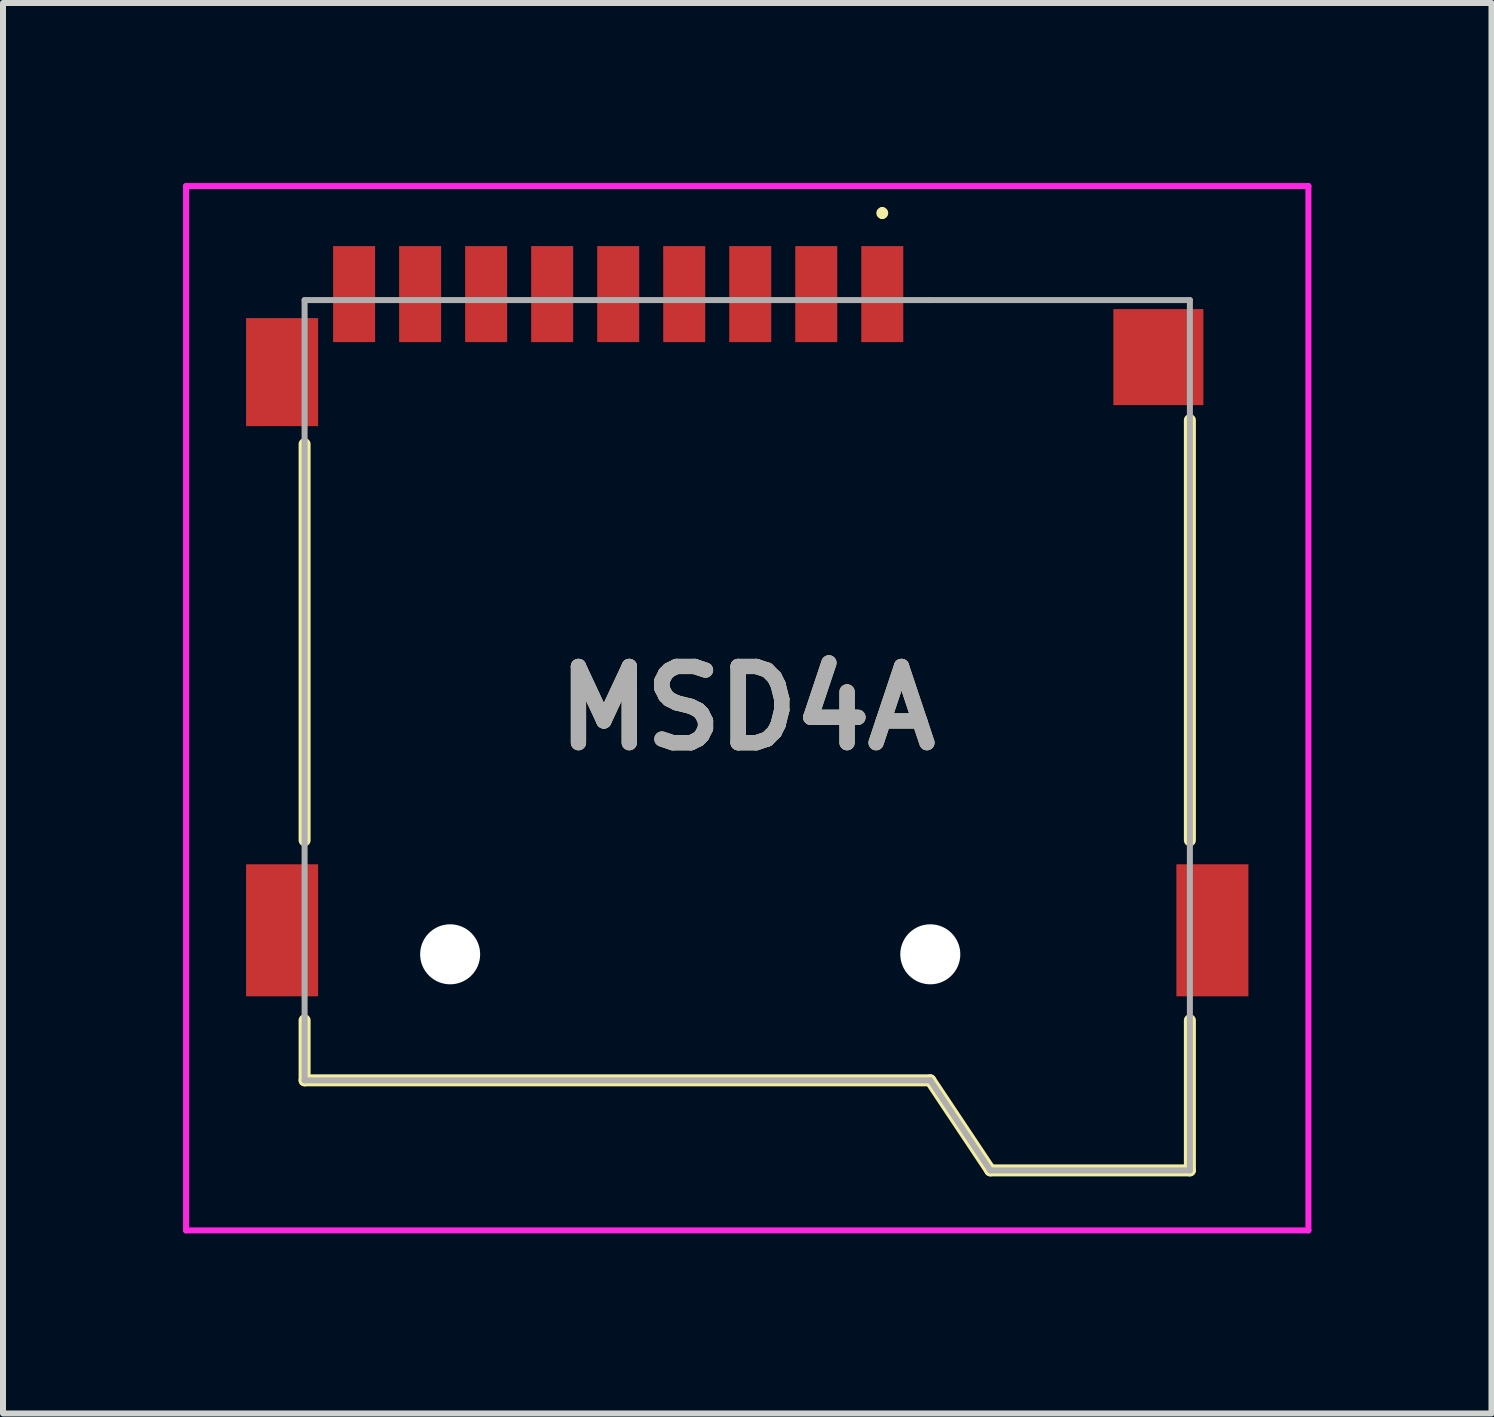
<source format=kicad_pcb>
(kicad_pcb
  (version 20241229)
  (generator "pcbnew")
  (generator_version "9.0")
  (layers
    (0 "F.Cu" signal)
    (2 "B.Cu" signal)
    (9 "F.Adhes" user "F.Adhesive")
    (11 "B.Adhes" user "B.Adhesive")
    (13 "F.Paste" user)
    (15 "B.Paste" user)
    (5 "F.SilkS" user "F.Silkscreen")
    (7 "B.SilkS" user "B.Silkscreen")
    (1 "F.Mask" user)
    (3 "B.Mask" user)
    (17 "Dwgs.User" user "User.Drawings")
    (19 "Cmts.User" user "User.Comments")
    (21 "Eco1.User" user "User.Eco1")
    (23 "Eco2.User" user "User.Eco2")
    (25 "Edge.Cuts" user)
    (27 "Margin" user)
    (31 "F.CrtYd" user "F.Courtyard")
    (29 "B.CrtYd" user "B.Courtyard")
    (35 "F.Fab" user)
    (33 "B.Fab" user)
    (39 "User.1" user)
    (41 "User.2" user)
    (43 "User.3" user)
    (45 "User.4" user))
  (footprint "MSD4A"
    (layer "F.Cu")
    (at 9.4 8.75)
    (property "Reference" "MSD4A" (at 0 0 0) (layer "F.SilkS") (effects (font (size 1.27 1.27) (thickness 0.254))))
    (attr through_hole)
    (fp_line (start -7.375 2.2) (end -7.375 -4.4) (stroke (width 0.2) (type solid)) (layer "F.SilkS"))
    (fp_line (start -7.375 6.2) (end -7.375 5.2) (stroke (width 0.2) (type solid)) (layer "F.SilkS"))
    (fp_line (start 2.25 -8.3) (end 2.25 -8.3) (stroke (width 0.1) (type solid)) (layer "F.SilkS"))
    (fp_line (start 2.25 -8.2) (end 2.25 -8.2) (stroke (width 0.1) (type solid)) (layer "F.SilkS"))
    (fp_line (start 3.05 6.2) (end -7.375 6.2) (stroke (width 0.2) (type solid)) (layer "F.SilkS"))
    (fp_line (start 4.05 7.7) (end 3.05 6.2) (stroke (width 0.2) (type solid)) (layer "F.SilkS"))
    (fp_line (start 7.375 -4.8) (end 7.375 2.2) (stroke (width 0.2) (type solid)) (layer "F.SilkS"))
    (fp_line (start 7.375 5.2) (end 7.375 7.7) (stroke (width 0.2) (type solid)) (layer "F.SilkS"))
    (fp_line (start 7.375 7.7) (end 4.05 7.7) (stroke (width 0.2) (type solid)) (layer "F.SilkS"))
    (fp_arc (start 2.25 -8.3) (mid 2.3 -8.25) (end 2.25 -8.2) (stroke (width 0.1) (type solid)) (layer "F.SilkS"))
    (fp_arc (start 2.25 -8.2) (mid 2.2 -8.25) (end 2.25 -8.3) (stroke (width 0.1) (type solid)) (layer "F.SilkS"))
    (fp_line (start -9.35 -8.7) (end 9.35 -8.7) (stroke (width 0.1) (type solid)) (layer "F.CrtYd"))
    (fp_line (start -9.35 8.7) (end -9.35 -8.7) (stroke (width 0.1) (type solid)) (layer "F.CrtYd"))
    (fp_line (start 9.35 -8.7) (end 9.35 8.7) (stroke (width 0.1) (type solid)) (layer "F.CrtYd"))
    (fp_line (start 9.35 8.7) (end -9.35 8.7) (stroke (width 0.1) (type solid)) (layer "F.CrtYd"))
    (fp_line (start -7.375 -6.8) (end -7.375 6.2) (stroke (width 0.1) (type solid)) (layer "F.Fab"))
    (fp_line (start -7.375 6.2) (end 3.05 6.2) (stroke (width 0.1) (type solid)) (layer "F.Fab"))
    (fp_line (start 3.05 -6.8) (end -7.375 -6.8) (stroke (width 0.1) (type solid)) (layer "F.Fab"))
    (fp_line (start 3.05 6.2) (end 4.05 7.7) (stroke (width 0.1) (type solid)) (layer "F.Fab"))
    (fp_line (start 4.05 7.7) (end 7.375 7.7) (stroke (width 0.1) (type solid)) (layer "F.Fab"))
    (fp_line (start 7.375 -6.8) (end 3.05 -6.8) (stroke (width 0.1) (type solid)) (layer "F.Fab"))
    (fp_line (start 7.375 7.7) (end 7.375 -6.8) (stroke (width 0.1) (type solid)) (layer "F.Fab"))
    (fp_text user "${REFERENCE}" (at 0 0 0) (layer "F.Fab") (effects (font (size 1.27 1.27) (thickness 0.254))))
    (pad "" np_thru_hole circle (at -4.95 4.1) (size 1 1) (drill 1) (layers "*.Cu" "*.Mask"))
    (pad "" np_thru_hole circle (at 3.05 4.1) (size 1 1) (drill 1) (layers "*.Cu" "*.Mask"))
    (pad "1" smd rect (at 2.25 -6.9) (size 0.7 1.6) (layers "F.Cu" "F.Mask" "F.Paste"))
    (pad "2" smd rect (at 1.15 -6.9) (size 0.7 1.6) (layers "F.Cu" "F.Mask" "F.Paste"))
    (pad "3" smd rect (at 0.05 -6.9) (size 0.7 1.6) (layers "F.Cu" "F.Mask" "F.Paste"))
    (pad "4" smd rect (at -1.05 -6.9) (size 0.7 1.6) (layers "F.Cu" "F.Mask" "F.Paste"))
    (pad "5" smd rect (at -2.15 -6.9) (size 0.7 1.6) (layers "F.Cu" "F.Mask" "F.Paste"))
    (pad "6" smd rect (at -3.25 -6.9) (size 0.7 1.6) (layers "F.Cu" "F.Mask" "F.Paste"))
    (pad "7" smd rect (at -4.35 -6.9) (size 0.7 1.6) (layers "F.Cu" "F.Mask" "F.Paste"))
    (pad "8" smd rect (at -5.45 -6.9) (size 0.7 1.6) (layers "F.Cu" "F.Mask" "F.Paste"))
    (pad "CD1" smd rect (at -6.55 -6.9) (size 0.7 1.6) (layers "F.Cu" "F.Mask" "F.Paste"))
    (pad "G1" smd rect (at 6.85 -5.85) (size 1.5 1.6) (layers "F.Cu" "F.Mask" "F.Paste"))
    (pad "G2" smd rect (at 7.75 3.7) (size 1.2 2.2) (layers "F.Cu" "F.Mask" "F.Paste"))
    (pad "G3" smd rect (at -7.75 3.7) (size 1.2 2.2) (layers "F.Cu" "F.Mask" "F.Paste"))
    (pad "G4" smd rect (at -7.75 -5.6) (size 1.2 1.8) (layers "F.Cu" "F.Mask" "F.Paste")))
  (gr_rect
    (start -3 -3)
    (end 21.8 20.5)
    (stroke (width 0.1) (type default))
    (fill no)
    (layer "Edge.Cuts")))
</source>
